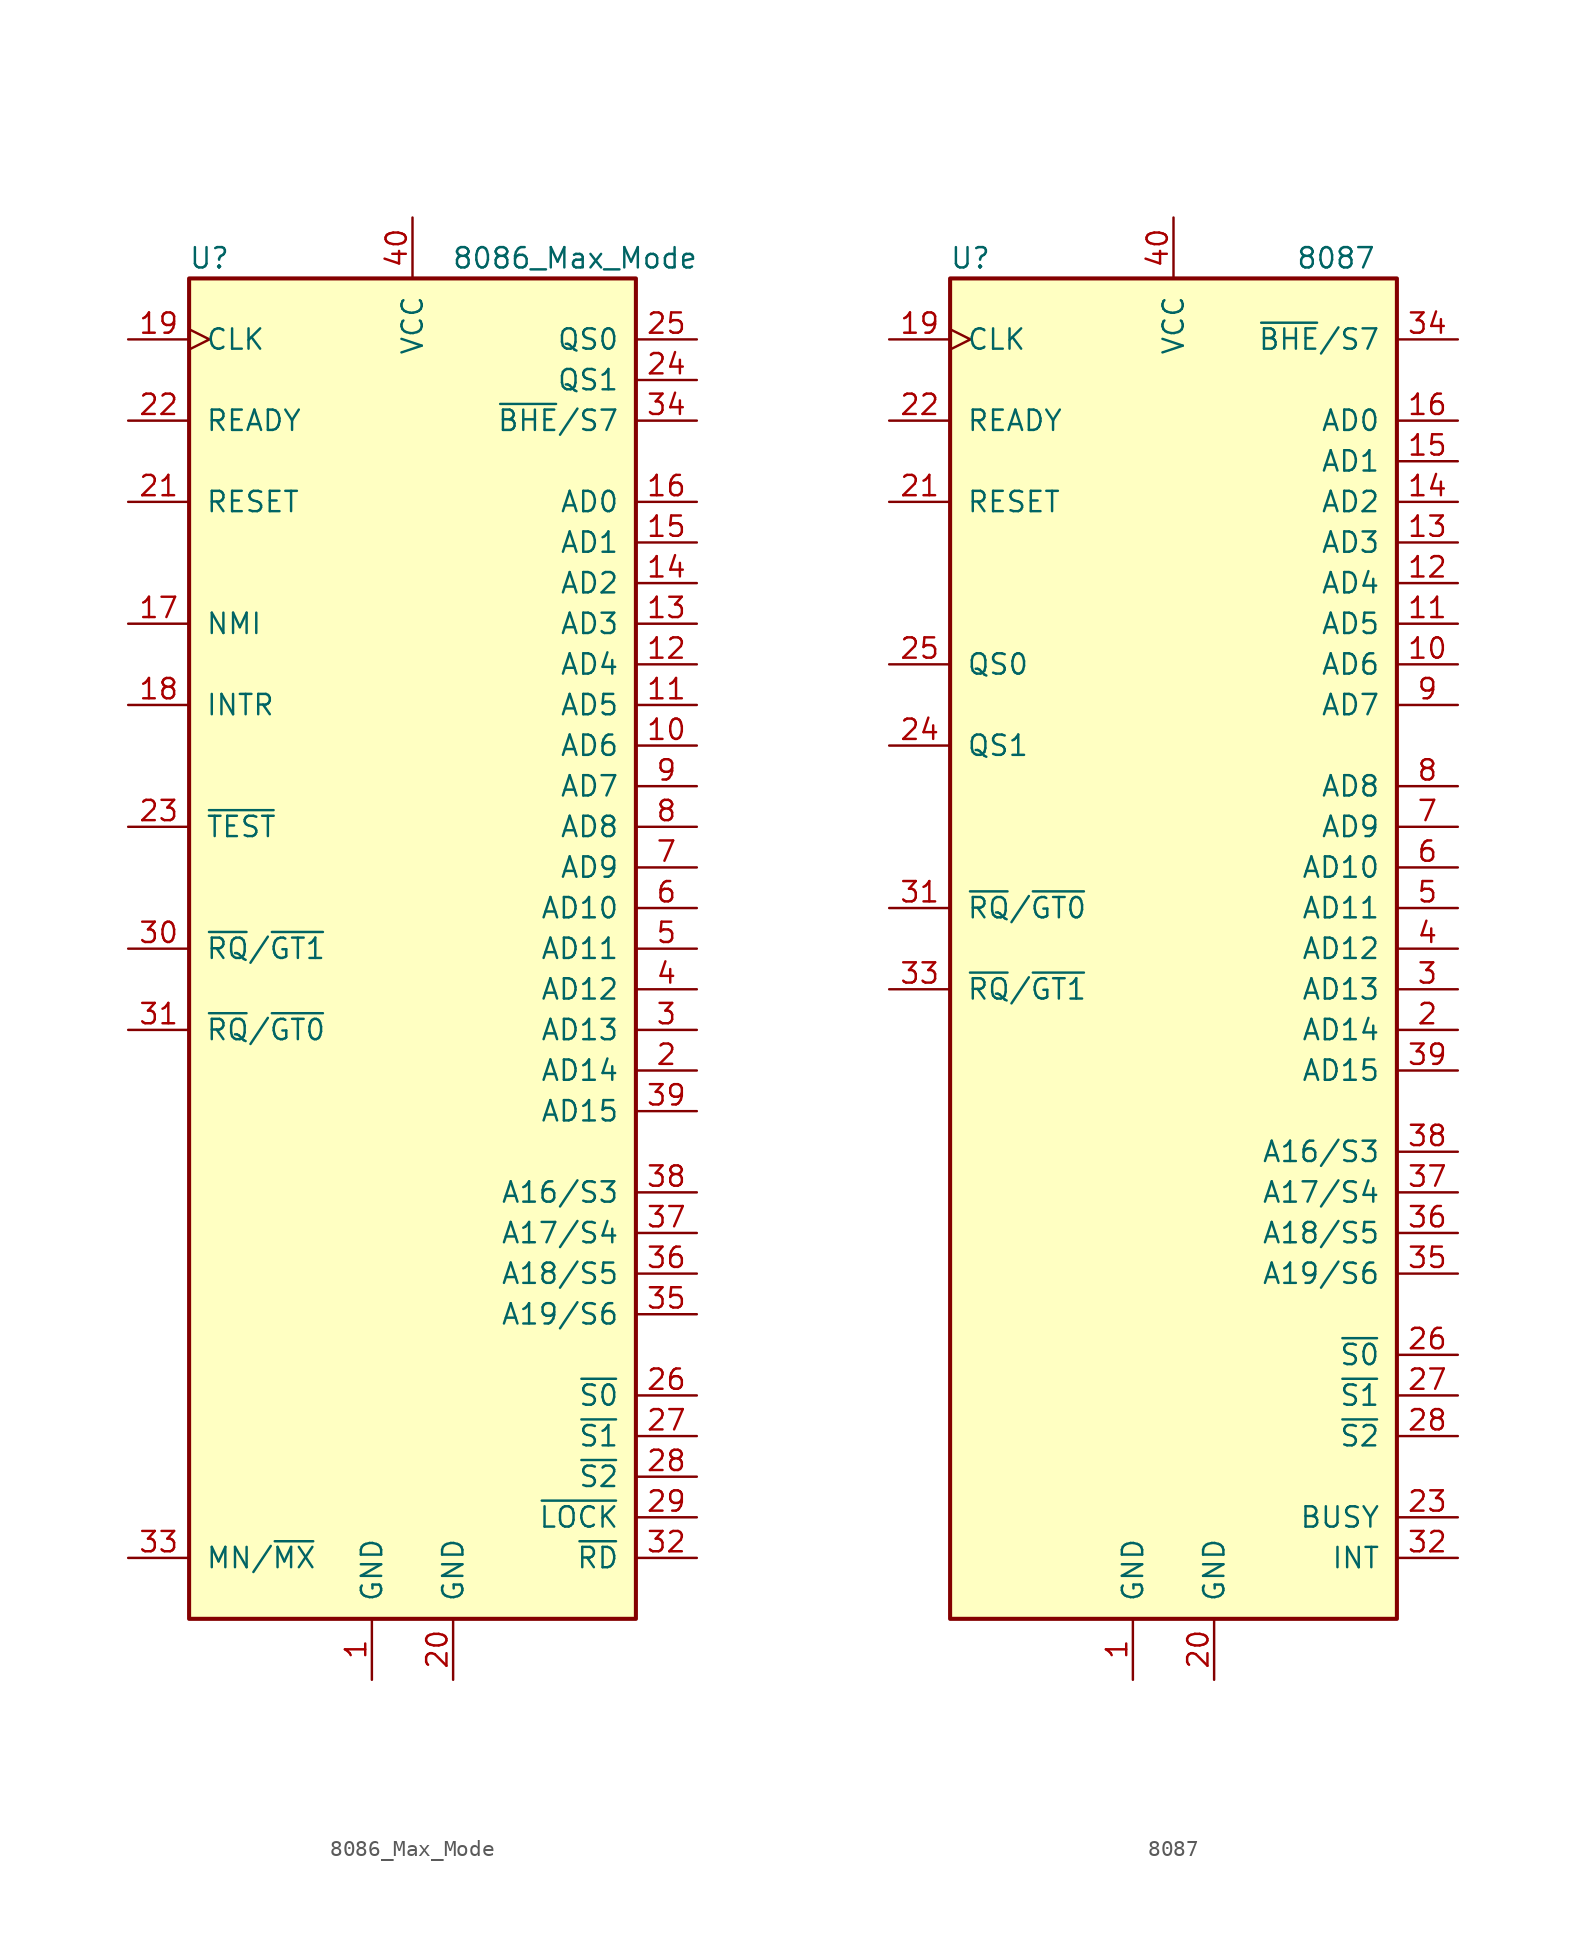
<source format=kicad_sym>
(kicad_symbol_lib
  (version 20211014)
  (generator kicad_symbol_editor)
  (symbol "8086_Max_Mode"
    (pin_names
      (offset 1.016))
    (property "Reference" "U"
      (at -12.7 43.18 0)
      (effects (font (size 1.27 1.27))))
    (property "Value" "8086_Max_Mode"
      (at 10.16 43.18 0)
      (effects (font (size 1.27 1.27))))
    (symbol "8086_Max_Mode_0_1"
      (rectangle (start 13.97 -41.91) (end -13.97 41.91) (stroke (width 0.254) (type default) (color 0 0 0 0)) (fill (type background))))
    (symbol "8086_Max_Mode_1_1"
      (pin power_in line (at -2.54 -45.72 90) (length 3.81) (name "GND" (effects (font (size 1.27 1.27)))) (number "1" (effects (font (size 1.27 1.27)))))
      (pin bidirectional line (at 17.78 12.7 180) (length 3.81) (name "AD6" (effects (font (size 1.27 1.27)))) (number "10" (effects (font (size 1.27 1.27)))))
      (pin bidirectional line (at 17.78 15.24 180) (length 3.81) (name "AD5" (effects (font (size 1.27 1.27)))) (number "11" (effects (font (size 1.27 1.27)))))
      (pin bidirectional line (at 17.78 17.78 180) (length 3.81) (name "AD4" (effects (font (size 1.27 1.27)))) (number "12" (effects (font (size 1.27 1.27)))))
      (pin bidirectional line (at 17.78 20.32 180) (length 3.81) (name "AD3" (effects (font (size 1.27 1.27)))) (number "13" (effects (font (size 1.27 1.27)))))
      (pin bidirectional line (at 17.78 22.86 180) (length 3.81) (name "AD2" (effects (font (size 1.27 1.27)))) (number "14" (effects (font (size 1.27 1.27)))))
      (pin bidirectional line (at 17.78 25.4 180) (length 3.81) (name "AD1" (effects (font (size 1.27 1.27)))) (number "15" (effects (font (size 1.27 1.27)))))
      (pin bidirectional line (at 17.78 27.94 180) (length 3.81) (name "AD0" (effects (font (size 1.27 1.27)))) (number "16" (effects (font (size 1.27 1.27)))))
      (pin input line (at -17.78 20.32 0) (length 3.81) (name "NMI" (effects (font (size 1.27 1.27)))) (number "17" (effects (font (size 1.27 1.27)))))
      (pin input line (at -17.78 15.24 0) (length 3.81) (name "INTR" (effects (font (size 1.27 1.27)))) (number "18" (effects (font (size 1.27 1.27)))))
      (pin input clock (at -17.78 38.1 0) (length 3.81) (name "CLK" (effects (font (size 1.27 1.27)))) (number "19" (effects (font (size 1.27 1.27)))))
      (pin bidirectional line (at 17.78 -7.62 180) (length 3.81) (name "AD14" (effects (font (size 1.27 1.27)))) (number "2" (effects (font (size 1.27 1.27)))))
      (pin power_in line (at 2.54 -45.72 90) (length 3.81) (name "GND" (effects (font (size 1.27 1.27)))) (number "20" (effects (font (size 1.27 1.27)))))
      (pin input line (at -17.78 27.94 0) (length 3.81) (name "RESET" (effects (font (size 1.27 1.27)))) (number "21" (effects (font (size 1.27 1.27)))))
      (pin input line (at -17.78 33.02 0) (length 3.81) (name "READY" (effects (font (size 1.27 1.27)))) (number "22" (effects (font (size 1.27 1.27)))))
      (pin input line (at -17.78 7.62 0) (length 3.81) (name "~{TEST}" (effects (font (size 1.27 1.27)))) (number "23" (effects (font (size 1.27 1.27)))))
      (pin output line (at 17.78 35.56 180) (length 3.81) (name "QS1" (effects (font (size 1.27 1.27)))) (number "24" (effects (font (size 1.27 1.27)))))
      (pin output line (at 17.78 38.1 180) (length 3.81) (name "QS0" (effects (font (size 1.27 1.27)))) (number "25" (effects (font (size 1.27 1.27)))))
      (pin output line (at 17.78 -27.94 180) (length 3.81) (name "~{S0}" (effects (font (size 1.27 1.27)))) (number "26" (effects (font (size 1.27 1.27)))))
      (pin output line (at 17.78 -30.48 180) (length 3.81) (name "~{S1}" (effects (font (size 1.27 1.27)))) (number "27" (effects (font (size 1.27 1.27)))))
      (pin output line (at 17.78 -33.02 180) (length 3.81) (name "~{S2}" (effects (font (size 1.27 1.27)))) (number "28" (effects (font (size 1.27 1.27)))))
      (pin output line (at 17.78 -35.56 180) (length 3.81) (name "~{LOCK}" (effects (font (size 1.27 1.27)))) (number "29" (effects (font (size 1.27 1.27)))))
      (pin bidirectional line (at 17.78 -5.08 180) (length 3.81) (name "AD13" (effects (font (size 1.27 1.27)))) (number "3" (effects (font (size 1.27 1.27)))))
      (pin bidirectional line (at -17.78 0 0) (length 3.81) (name "~{RQ}/~{GT1}" (effects (font (size 1.27 1.27)))) (number "30" (effects (font (size 1.27 1.27)))))
      (pin bidirectional line (at -17.78 -5.08 0) (length 3.81) (name "~{RQ}/~{GT0}" (effects (font (size 1.27 1.27)))) (number "31" (effects (font (size 1.27 1.27)))))
      (pin output line (at 17.78 -38.1 180) (length 3.81) (name "~{RD}" (effects (font (size 1.27 1.27)))) (number "32" (effects (font (size 1.27 1.27)))))
      (pin input line (at -17.78 -38.1 0) (length 3.81) (name "MN/~{MX}" (effects (font (size 1.27 1.27)))) (number "33" (effects (font (size 1.27 1.27)))))
      (pin output line (at 17.78 33.02 180) (length 3.81) (name "~{BHE}/S7" (effects (font (size 1.27 1.27)))) (number "34" (effects (font (size 1.27 1.27)))))
      (pin output line (at 17.78 -22.86 180) (length 3.81) (name "A19/S6" (effects (font (size 1.27 1.27)))) (number "35" (effects (font (size 1.27 1.27)))))
      (pin output line (at 17.78 -20.32 180) (length 3.81) (name "A18/S5" (effects (font (size 1.27 1.27)))) (number "36" (effects (font (size 1.27 1.27)))))
      (pin output line (at 17.78 -17.78 180) (length 3.81) (name "A17/S4" (effects (font (size 1.27 1.27)))) (number "37" (effects (font (size 1.27 1.27)))))
      (pin output line (at 17.78 -15.24 180) (length 3.81) (name "A16/S3" (effects (font (size 1.27 1.27)))) (number "38" (effects (font (size 1.27 1.27)))))
      (pin bidirectional line (at 17.78 -10.16 180) (length 3.81) (name "AD15" (effects (font (size 1.27 1.27)))) (number "39" (effects (font (size 1.27 1.27)))))
      (pin bidirectional line (at 17.78 -2.54 180) (length 3.81) (name "AD12" (effects (font (size 1.27 1.27)))) (number "4" (effects (font (size 1.27 1.27)))))
      (pin power_in line (at 0 45.72 270) (length 3.81) (name "VCC" (effects (font (size 1.27 1.27)))) (number "40" (effects (font (size 1.27 1.27)))))
      (pin bidirectional line (at 17.78 0 180) (length 3.81) (name "AD11" (effects (font (size 1.27 1.27)))) (number "5" (effects (font (size 1.27 1.27)))))
      (pin bidirectional line (at 17.78 2.54 180) (length 3.81) (name "AD10" (effects (font (size 1.27 1.27)))) (number "6" (effects (font (size 1.27 1.27)))))
      (pin bidirectional line (at 17.78 5.08 180) (length 3.81) (name "AD9" (effects (font (size 1.27 1.27)))) (number "7" (effects (font (size 1.27 1.27)))))
      (pin bidirectional line (at 17.78 7.62 180) (length 3.81) (name "AD8" (effects (font (size 1.27 1.27)))) (number "8" (effects (font (size 1.27 1.27)))))
      (pin bidirectional line (at 17.78 10.16 180) (length 3.81) (name "AD7" (effects (font (size 1.27 1.27)))) (number "9" (effects (font (size 1.27 1.27)))))))
  (symbol "8087"
    (pin_names
      (offset 1.016))
    (property "Reference" "U"
      (at -12.7 43.18 0)
      (effects (font (size 1.27 1.27))))
    (property "Value" "8087"
      (at 10.16 43.18 0)
      (effects (font (size 1.27 1.27))))
    (symbol "8087_0_1"
      (rectangle (start 13.97 -41.91) (end -13.97 41.91) (stroke (width 0.254) (type default) (color 0 0 0 0)) (fill (type background))))
    (symbol "8087_1_1"
      (pin power_in line (at -2.54 -45.72 90) (length 3.81) (name "GND" (effects (font (size 1.27 1.27)))) (number "1" (effects (font (size 1.27 1.27)))))
      (pin bidirectional line (at 17.78 17.78 180) (length 3.81) (name "AD6" (effects (font (size 1.27 1.27)))) (number "10" (effects (font (size 1.27 1.27)))))
      (pin bidirectional line (at 17.78 20.32 180) (length 3.81) (name "AD5" (effects (font (size 1.27 1.27)))) (number "11" (effects (font (size 1.27 1.27)))))
      (pin bidirectional line (at 17.78 22.86 180) (length 3.81) (name "AD4" (effects (font (size 1.27 1.27)))) (number "12" (effects (font (size 1.27 1.27)))))
      (pin bidirectional line (at 17.78 25.4 180) (length 3.81) (name "AD3" (effects (font (size 1.27 1.27)))) (number "13" (effects (font (size 1.27 1.27)))))
      (pin bidirectional line (at 17.78 27.94 180) (length 3.81) (name "AD2" (effects (font (size 1.27 1.27)))) (number "14" (effects (font (size 1.27 1.27)))))
      (pin bidirectional line (at 17.78 30.48 180) (length 3.81) (name "AD1" (effects (font (size 1.27 1.27)))) (number "15" (effects (font (size 1.27 1.27)))))
      (pin bidirectional line (at 17.78 33.02 180) (length 3.81) (name "AD0" (effects (font (size 1.27 1.27)))) (number "16" (effects (font (size 1.27 1.27)))))
      (pin no_connect line (at -13.97 -30.48 0) (length 3.81) hide (name "NC" (effects (font (size 1.27 1.27)))) (number "17" (effects (font (size 1.27 1.27)))))
      (pin no_connect line (at -13.97 -33.02 0) (length 3.81) hide (name "NC" (effects (font (size 1.27 1.27)))) (number "18" (effects (font (size 1.27 1.27)))))
      (pin input clock (at -17.78 38.1 0) (length 3.81) (name "CLK" (effects (font (size 1.27 1.27)))) (number "19" (effects (font (size 1.27 1.27)))))
      (pin bidirectional line (at 17.78 -5.08 180) (length 3.81) (name "AD14" (effects (font (size 1.27 1.27)))) (number "2" (effects (font (size 1.27 1.27)))))
      (pin power_in line (at 2.54 -45.72 90) (length 3.81) (name "GND" (effects (font (size 1.27 1.27)))) (number "20" (effects (font (size 1.27 1.27)))))
      (pin input line (at -17.78 27.94 0) (length 3.81) (name "RESET" (effects (font (size 1.27 1.27)))) (number "21" (effects (font (size 1.27 1.27)))))
      (pin input line (at -17.78 33.02 0) (length 3.81) (name "READY" (effects (font (size 1.27 1.27)))) (number "22" (effects (font (size 1.27 1.27)))))
      (pin output line (at 17.78 -35.56 180) (length 3.81) (name "BUSY" (effects (font (size 1.27 1.27)))) (number "23" (effects (font (size 1.27 1.27)))))
      (pin input line (at -17.78 12.7 0) (length 3.81) (name "QS1" (effects (font (size 1.27 1.27)))) (number "24" (effects (font (size 1.27 1.27)))))
      (pin input line (at -17.78 17.78 0) (length 3.81) (name "QS0" (effects (font (size 1.27 1.27)))) (number "25" (effects (font (size 1.27 1.27)))))
      (pin bidirectional line (at 17.78 -25.4 180) (length 3.81) (name "~{S0}" (effects (font (size 1.27 1.27)))) (number "26" (effects (font (size 1.27 1.27)))))
      (pin bidirectional line (at 17.78 -27.94 180) (length 3.81) (name "~{S1}" (effects (font (size 1.27 1.27)))) (number "27" (effects (font (size 1.27 1.27)))))
      (pin bidirectional line (at 17.78 -30.48 180) (length 3.81) (name "~{S2}" (effects (font (size 1.27 1.27)))) (number "28" (effects (font (size 1.27 1.27)))))
      (pin no_connect line (at -13.97 -35.56 0) (length 3.81) hide (name "NC" (effects (font (size 1.27 1.27)))) (number "29" (effects (font (size 1.27 1.27)))))
      (pin bidirectional line (at 17.78 -2.54 180) (length 3.81) (name "AD13" (effects (font (size 1.27 1.27)))) (number "3" (effects (font (size 1.27 1.27)))))
      (pin no_connect line (at -13.97 -38.1 0) (length 3.81) hide (name "NC" (effects (font (size 1.27 1.27)))) (number "30" (effects (font (size 1.27 1.27)))))
      (pin bidirectional line (at -17.78 2.54 0) (length 3.81) (name "~{RQ}/~{GT0}" (effects (font (size 1.27 1.27)))) (number "31" (effects (font (size 1.27 1.27)))))
      (pin output line (at 17.78 -38.1 180) (length 3.81) (name "INT" (effects (font (size 1.27 1.27)))) (number "32" (effects (font (size 1.27 1.27)))))
      (pin bidirectional line (at -17.78 -2.54 0) (length 3.81) (name "~{RQ}/~{GT1}" (effects (font (size 1.27 1.27)))) (number "33" (effects (font (size 1.27 1.27)))))
      (pin bidirectional line (at 17.78 38.1 180) (length 3.81) (name "~{BHE}/S7" (effects (font (size 1.27 1.27)))) (number "34" (effects (font (size 1.27 1.27)))))
      (pin bidirectional line (at 17.78 -20.32 180) (length 3.81) (name "A19/S6" (effects (font (size 1.27 1.27)))) (number "35" (effects (font (size 1.27 1.27)))))
      (pin bidirectional line (at 17.78 -17.78 180) (length 3.81) (name "A18/S5" (effects (font (size 1.27 1.27)))) (number "36" (effects (font (size 1.27 1.27)))))
      (pin bidirectional line (at 17.78 -15.24 180) (length 3.81) (name "A17/S4" (effects (font (size 1.27 1.27)))) (number "37" (effects (font (size 1.27 1.27)))))
      (pin bidirectional line (at 17.78 -12.7 180) (length 3.81) (name "A16/S3" (effects (font (size 1.27 1.27)))) (number "38" (effects (font (size 1.27 1.27)))))
      (pin bidirectional line (at 17.78 -7.62 180) (length 3.81) (name "AD15" (effects (font (size 1.27 1.27)))) (number "39" (effects (font (size 1.27 1.27)))))
      (pin bidirectional line (at 17.78 0 180) (length 3.81) (name "AD12" (effects (font (size 1.27 1.27)))) (number "4" (effects (font (size 1.27 1.27)))))
      (pin power_in line (at 0 45.72 270) (length 3.81) (name "VCC" (effects (font (size 1.27 1.27)))) (number "40" (effects (font (size 1.27 1.27)))))
      (pin bidirectional line (at 17.78 2.54 180) (length 3.81) (name "AD11" (effects (font (size 1.27 1.27)))) (number "5" (effects (font (size 1.27 1.27)))))
      (pin bidirectional line (at 17.78 5.08 180) (length 3.81) (name "AD10" (effects (font (size 1.27 1.27)))) (number "6" (effects (font (size 1.27 1.27)))))
      (pin bidirectional line (at 17.78 7.62 180) (length 3.81) (name "AD9" (effects (font (size 1.27 1.27)))) (number "7" (effects (font (size 1.27 1.27)))))
      (pin bidirectional line (at 17.78 10.16 180) (length 3.81) (name "AD8" (effects (font (size 1.27 1.27)))) (number "8" (effects (font (size 1.27 1.27)))))
      (pin bidirectional line (at 17.78 15.24 180) (length 3.81) (name "AD7" (effects (font (size 1.27 1.27)))) (number "9" (effects (font (size 1.27 1.27))))))))
</source>
